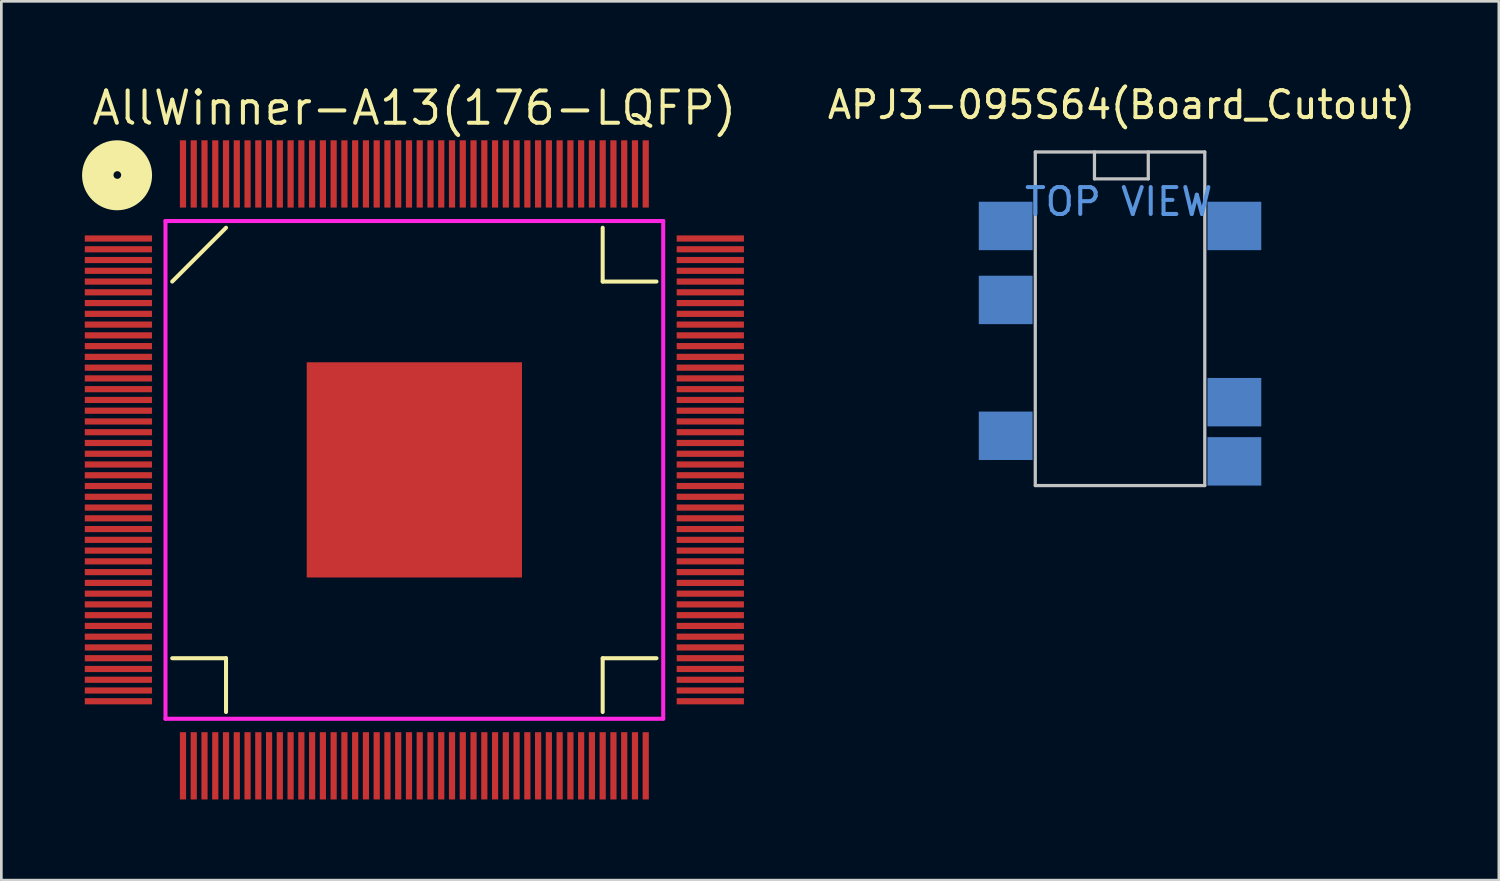
<source format=kicad_pcb>
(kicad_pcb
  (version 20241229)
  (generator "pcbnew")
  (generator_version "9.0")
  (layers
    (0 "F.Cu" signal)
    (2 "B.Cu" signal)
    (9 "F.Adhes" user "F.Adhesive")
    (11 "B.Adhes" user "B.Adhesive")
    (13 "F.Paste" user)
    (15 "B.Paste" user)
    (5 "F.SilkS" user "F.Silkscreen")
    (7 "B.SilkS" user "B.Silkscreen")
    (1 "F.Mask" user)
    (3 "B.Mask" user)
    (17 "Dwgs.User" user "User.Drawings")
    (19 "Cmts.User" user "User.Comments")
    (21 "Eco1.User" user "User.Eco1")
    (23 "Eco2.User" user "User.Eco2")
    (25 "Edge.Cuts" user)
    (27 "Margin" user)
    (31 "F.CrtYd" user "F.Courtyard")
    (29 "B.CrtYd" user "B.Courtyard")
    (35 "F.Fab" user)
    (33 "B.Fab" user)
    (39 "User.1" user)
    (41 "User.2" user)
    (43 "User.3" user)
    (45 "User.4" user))
  (footprint "APJ3-095S64(Board_Cutout)"
    (layer "F.Cu")
    (at 38.63 7.498)
    (property "Reference" "APJ3-095S64(Board_Cutout)" (at 0 -6.65 0) (layer "F.SilkS") (effects (font (size 1 1) (thickness 0.15))))
    (attr through_hole)
    (fp_line (start -3.2 -4.9) (end -3.2 7.5) (stroke (width 0.12) (type solid)) (layer "Dwgs.User"))
    (fp_line (start -3.2 -4.9) (end 3.1 -4.9) (stroke (width 0.12) (type solid)) (layer "Dwgs.User"))
    (fp_line (start -3.2 7.5) (end 3.1 7.5) (stroke (width 0.12) (type solid)) (layer "Dwgs.User"))
    (fp_line (start -1 -4.9) (end -1 -3.9) (stroke (width 0.12) (type solid)) (layer "Dwgs.User"))
    (fp_line (start -1 -3.9) (end 1 -3.9) (stroke (width 0.12) (type solid)) (layer "Dwgs.User"))
    (fp_line (start 1 -3.9) (end 1 -4.9) (stroke (width 0.12) (type solid)) (layer "Dwgs.User"))
    (fp_line (start 3.1 7.5) (end 3.1 -4.9) (stroke (width 0.12) (type solid)) (layer "Dwgs.User"))
    (fp_text user "TOP VIEW" (at -0.1 -3.05 0) (layer "Cmts.User") (effects (font (size 1 1) (thickness 0.15))))
    (pad "1" smd trapezoid (at -4.3 -2.15) (size 2 1.8) (layers "B.Cu" "B.Mask" "B.Paste"))
    (pad "2" smd trapezoid (at 4.2 4.4) (size 2 1.8) (layers "B.Cu" "B.Mask" "B.Paste"))
    (pad "3" smd trapezoid (at -4.3 0.6) (size 2 1.8) (layers "B.Cu" "B.Mask" "B.Paste"))
    (pad "4" smd trapezoid (at 4.2 -2.15) (size 2 1.8) (layers "B.Cu" "B.Mask" "B.Paste"))
    (pad "10" smd trapezoid (at 4.2 6.6) (size 2 1.8) (layers "B.Cu" "B.Mask" "B.Paste"))
    (pad "11" smd trapezoid (at -4.3 5.65) (size 2 1.8) (layers "B.Cu" "B.Mask" "B.Paste")))
  (footprint "AllWinner-A13(176-LQFP)"
    (layer "F.Cu")
    (at 12.351 14.415)
    (property "Reference" "AllWinner-A13(176-LQFP)" (at 0 -13.45 0) (layer "F.SilkS") (effects (font (size 1.2 1.2) (thickness 0.15))))
    (attr through_hole)
    (fp_line (start -9 7) (end -7 7) (stroke (width 0.15) (type solid)) (layer "F.SilkS"))
    (fp_line (start -7 -9) (end -9 -7) (stroke (width 0.15) (type solid)) (layer "F.SilkS"))
    (fp_line (start -7 7) (end -7 9) (stroke (width 0.15) (type solid)) (layer "F.SilkS"))
    (fp_line (start 7 -7) (end 7 -9) (stroke (width 0.15) (type solid)) (layer "F.SilkS"))
    (fp_line (start 7 7) (end 7 9) (stroke (width 0.15) (type solid)) (layer "F.SilkS"))
    (fp_line (start 9 -7) (end 7 -7) (stroke (width 0.15) (type solid)) (layer "F.SilkS"))
    (fp_line (start 9 7) (end 7 7) (stroke (width 0.15) (type solid)) (layer "F.SilkS"))
    (fp_circle (center -11.05 -10.95) (end -10.34 -10.58) (stroke (width 1) (type solid)) (fill no) (layer "F.SilkS"))
    (fp_circle (center -11.04 -10.96) (end -10.95 -10.85) (stroke (width 0.4) (type solid)) (fill no) (layer "F.SilkS"))
    (fp_line (start -9.25 -9.25) (end 9.25 -9.25) (stroke (width 0.15) (type solid)) (layer "F.CrtYd"))
    (fp_line (start -9.25 9.25) (end -9.25 -9.25) (stroke (width 0.15) (type solid)) (layer "F.CrtYd"))
    (fp_line (start 9.25 -9.25) (end 9.25 9.25) (stroke (width 0.15) (type solid)) (layer "F.CrtYd"))
    (fp_line (start 9.25 9.25) (end -9.25 9.25) (stroke (width 0.15) (type solid)) (layer "F.CrtYd"))
    (pad "1" smd rect (at -11 -8.6 90) (size 0.23 2.5) (layers "F.Cu" "F.Mask" "F.Paste"))
    (pad "2" smd rect (at -11 -8.2 90) (size 0.23 2.5) (layers "F.Cu" "F.Mask" "F.Paste"))
    (pad "3" smd rect (at -11 -7.8 90) (size 0.23 2.5) (layers "F.Cu" "F.Mask" "F.Paste"))
    (pad "4" smd rect (at -11 -7.4 90) (size 0.23 2.5) (layers "F.Cu" "F.Mask" "F.Paste"))
    (pad "5" smd rect (at -11 -7 90) (size 0.23 2.5) (layers "F.Cu" "F.Mask" "F.Paste"))
    (pad "6" smd rect (at -11 -6.6 90) (size 0.23 2.5) (layers "F.Cu" "F.Mask" "F.Paste"))
    (pad "7" smd rect (at -11 -6.2 90) (size 0.23 2.5) (layers "F.Cu" "F.Mask" "F.Paste"))
    (pad "8" smd rect (at -11 -5.8 90) (size 0.23 2.5) (layers "F.Cu" "F.Mask" "F.Paste"))
    (pad "9" smd rect (at -11 -5.4 90) (size 0.23 2.5) (layers "F.Cu" "F.Mask" "F.Paste"))
    (pad "10" smd rect (at -11 -5 90) (size 0.23 2.5) (layers "F.Cu" "F.Mask" "F.Paste"))
    (pad "11" smd rect (at -11 -4.6 90) (size 0.23 2.5) (layers "F.Cu" "F.Mask" "F.Paste"))
    (pad "12" smd rect (at -11 -4.2 90) (size 0.23 2.5) (layers "F.Cu" "F.Mask" "F.Paste"))
    (pad "13" smd rect (at -11 -3.8 90) (size 0.23 2.5) (layers "F.Cu" "F.Mask" "F.Paste"))
    (pad "14" smd rect (at -11 -3.4 90) (size 0.23 2.5) (layers "F.Cu" "F.Mask" "F.Paste"))
    (pad "15" smd rect (at -11 -3 90) (size 0.23 2.5) (layers "F.Cu" "F.Mask" "F.Paste"))
    (pad "16" smd rect (at -11 -2.6 90) (size 0.23 2.5) (layers "F.Cu" "F.Mask" "F.Paste"))
    (pad "17" smd rect (at -11 -2.2 90) (size 0.23 2.5) (layers "F.Cu" "F.Mask" "F.Paste"))
    (pad "18" smd rect (at -11 -1.8 90) (size 0.23 2.5) (layers "F.Cu" "F.Mask" "F.Paste"))
    (pad "19" smd rect (at -11 -1.4 90) (size 0.23 2.5) (layers "F.Cu" "F.Mask" "F.Paste"))
    (pad "20" smd rect (at -11 -1 90) (size 0.23 2.5) (layers "F.Cu" "F.Mask" "F.Paste"))
    (pad "21" smd rect (at -11 -0.6 90) (size 0.23 2.5) (layers "F.Cu" "F.Mask" "F.Paste"))
    (pad "22" smd rect (at -11 -0.2 90) (size 0.23 2.5) (layers "F.Cu" "F.Mask" "F.Paste"))
    (pad "23" smd rect (at -11 0.2 90) (size 0.23 2.5) (layers "F.Cu" "F.Mask" "F.Paste"))
    (pad "24" smd rect (at -11 0.6 90) (size 0.23 2.5) (layers "F.Cu" "F.Mask" "F.Paste"))
    (pad "25" smd rect (at -11 1 90) (size 0.23 2.5) (layers "F.Cu" "F.Mask" "F.Paste"))
    (pad "26" smd rect (at -11 1.4 90) (size 0.23 2.5) (layers "F.Cu" "F.Mask" "F.Paste"))
    (pad "27" smd rect (at -11 1.8 90) (size 0.23 2.5) (layers "F.Cu" "F.Mask" "F.Paste"))
    (pad "28" smd rect (at -11 2.2 90) (size 0.23 2.5) (layers "F.Cu" "F.Mask" "F.Paste"))
    (pad "29" smd rect (at -11 2.6 90) (size 0.23 2.5) (layers "F.Cu" "F.Mask" "F.Paste"))
    (pad "30" smd rect (at -11 3 90) (size 0.23 2.5) (layers "F.Cu" "F.Mask" "F.Paste"))
    (pad "31" smd rect (at -11 3.4 90) (size 0.23 2.5) (layers "F.Cu" "F.Mask" "F.Paste"))
    (pad "32" smd rect (at -11 3.8 90) (size 0.23 2.5) (layers "F.Cu" "F.Mask" "F.Paste"))
    (pad "33" smd rect (at -11 4.2 90) (size 0.23 2.5) (layers "F.Cu" "F.Mask" "F.Paste"))
    (pad "34" smd rect (at -11 4.6 90) (size 0.23 2.5) (layers "F.Cu" "F.Mask" "F.Paste"))
    (pad "35" smd rect (at -11 5 90) (size 0.23 2.5) (layers "F.Cu" "F.Mask" "F.Paste"))
    (pad "36" smd rect (at -11 5.4 90) (size 0.23 2.5) (layers "F.Cu" "F.Mask" "F.Paste"))
    (pad "37" smd rect (at -11 5.8 90) (size 0.23 2.5) (layers "F.Cu" "F.Mask" "F.Paste"))
    (pad "38" smd rect (at -11 6.2 90) (size 0.23 2.5) (layers "F.Cu" "F.Mask" "F.Paste"))
    (pad "39" smd rect (at -11 6.6 90) (size 0.23 2.5) (layers "F.Cu" "F.Mask" "F.Paste"))
    (pad "40" smd rect (at -11 7 90) (size 0.23 2.5) (layers "F.Cu" "F.Mask" "F.Paste"))
    (pad "41" smd rect (at -11 7.4 90) (size 0.23 2.5) (layers "F.Cu" "F.Mask" "F.Paste"))
    (pad "42" smd rect (at -11 7.8 90) (size 0.23 2.5) (layers "F.Cu" "F.Mask" "F.Paste"))
    (pad "43" smd rect (at -11 8.2 90) (size 0.23 2.5) (layers "F.Cu" "F.Mask" "F.Paste"))
    (pad "44" smd rect (at -11 8.6 90) (size 0.23 2.5) (layers "F.Cu" "F.Mask" "F.Paste"))
    (pad "45" smd rect (at -8.6 11) (size 0.23 2.5) (layers "F.Cu" "F.Mask" "F.Paste"))
    (pad "46" smd rect (at -8.2 11) (size 0.23 2.5) (layers "F.Cu" "F.Mask" "F.Paste"))
    (pad "47" smd rect (at -7.8 11) (size 0.23 2.5) (layers "F.Cu" "F.Mask" "F.Paste"))
    (pad "48" smd rect (at -7.4 11) (size 0.23 2.5) (layers "F.Cu" "F.Mask" "F.Paste"))
    (pad "49" smd rect (at -7 11) (size 0.23 2.5) (layers "F.Cu" "F.Mask" "F.Paste"))
    (pad "50" smd rect (at -6.6 11) (size 0.23 2.5) (layers "F.Cu" "F.Mask" "F.Paste"))
    (pad "51" smd rect (at -6.2 11) (size 0.23 2.5) (layers "F.Cu" "F.Mask" "F.Paste"))
    (pad "52" smd rect (at -5.8 11) (size 0.23 2.5) (layers "F.Cu" "F.Mask" "F.Paste"))
    (pad "53" smd rect (at -5.4 11) (size 0.23 2.5) (layers "F.Cu" "F.Mask" "F.Paste"))
    (pad "54" smd rect (at -5 11) (size 0.23 2.5) (layers "F.Cu" "F.Mask" "F.Paste"))
    (pad "55" smd rect (at -4.6 11) (size 0.23 2.5) (layers "F.Cu" "F.Mask" "F.Paste"))
    (pad "56" smd rect (at -4.2 11) (size 0.23 2.5) (layers "F.Cu" "F.Mask" "F.Paste"))
    (pad "57" smd rect (at -3.8 11) (size 0.23 2.5) (layers "F.Cu" "F.Mask" "F.Paste"))
    (pad "58" smd rect (at -3.4 11) (size 0.23 2.5) (layers "F.Cu" "F.Mask" "F.Paste"))
    (pad "59" smd rect (at -3 11) (size 0.23 2.5) (layers "F.Cu" "F.Mask" "F.Paste"))
    (pad "60" smd rect (at -2.6 11) (size 0.23 2.5) (layers "F.Cu" "F.Mask" "F.Paste"))
    (pad "61" smd rect (at -2.2 11) (size 0.23 2.5) (layers "F.Cu" "F.Mask" "F.Paste"))
    (pad "62" smd rect (at -1.8 11) (size 0.23 2.5) (layers "F.Cu" "F.Mask" "F.Paste"))
    (pad "63" smd rect (at -1.4 11) (size 0.23 2.5) (layers "F.Cu" "F.Mask" "F.Paste"))
    (pad "64" smd rect (at -1 11) (size 0.23 2.5) (layers "F.Cu" "F.Mask" "F.Paste"))
    (pad "65" smd rect (at -0.6 11) (size 0.23 2.5) (layers "F.Cu" "F.Mask" "F.Paste"))
    (pad "66" smd rect (at -0.2 11) (size 0.23 2.5) (layers "F.Cu" "F.Mask" "F.Paste"))
    (pad "67" smd rect (at 0.2 11) (size 0.23 2.5) (layers "F.Cu" "F.Mask" "F.Paste"))
    (pad "68" smd rect (at 0.6 11) (size 0.23 2.5) (layers "F.Cu" "F.Mask" "F.Paste"))
    (pad "69" smd rect (at 1 11) (size 0.23 2.5) (layers "F.Cu" "F.Mask" "F.Paste"))
    (pad "70" smd rect (at 1.4 11) (size 0.23 2.5) (layers "F.Cu" "F.Mask" "F.Paste"))
    (pad "71" smd rect (at 1.8 11) (size 0.23 2.5) (layers "F.Cu" "F.Mask" "F.Paste"))
    (pad "72" smd rect (at 2.2 11) (size 0.23 2.5) (layers "F.Cu" "F.Mask" "F.Paste"))
    (pad "73" smd rect (at 2.6 11) (size 0.23 2.5) (layers "F.Cu" "F.Mask" "F.Paste"))
    (pad "74" smd rect (at 3 11) (size 0.23 2.5) (layers "F.Cu" "F.Mask" "F.Paste"))
    (pad "75" smd rect (at 3.4 11) (size 0.23 2.5) (layers "F.Cu" "F.Mask" "F.Paste"))
    (pad "76" smd rect (at 3.8 11) (size 0.23 2.5) (layers "F.Cu" "F.Mask" "F.Paste"))
    (pad "77" smd rect (at 4.2 11) (size 0.23 2.5) (layers "F.Cu" "F.Mask" "F.Paste"))
    (pad "78" smd rect (at 4.6 11) (size 0.23 2.5) (layers "F.Cu" "F.Mask" "F.Paste"))
    (pad "79" smd rect (at 5 11) (size 0.23 2.5) (layers "F.Cu" "F.Mask" "F.Paste"))
    (pad "80" smd rect (at 5.4 11) (size 0.23 2.5) (layers "F.Cu" "F.Mask" "F.Paste"))
    (pad "81" smd rect (at 5.8 11) (size 0.23 2.5) (layers "F.Cu" "F.Mask" "F.Paste"))
    (pad "82" smd rect (at 6.2 11) (size 0.23 2.5) (layers "F.Cu" "F.Mask" "F.Paste"))
    (pad "83" smd rect (at 6.6 11) (size 0.23 2.5) (layers "F.Cu" "F.Mask" "F.Paste"))
    (pad "84" smd rect (at 7 11) (size 0.23 2.5) (layers "F.Cu" "F.Mask" "F.Paste"))
    (pad "85" smd rect (at 7.4 11) (size 0.23 2.5) (layers "F.Cu" "F.Mask" "F.Paste"))
    (pad "86" smd rect (at 7.8 11) (size 0.23 2.5) (layers "F.Cu" "F.Mask" "F.Paste"))
    (pad "87" smd rect (at 8.2 11) (size 0.23 2.5) (layers "F.Cu" "F.Mask" "F.Paste"))
    (pad "88" smd rect (at 8.6 11) (size 0.23 2.5) (layers "F.Cu" "F.Mask" "F.Paste"))
    (pad "89" smd rect (at 11 8.6 90) (size 0.23 2.5) (layers "F.Cu" "F.Mask" "F.Paste"))
    (pad "90" smd rect (at 11 8.2 90) (size 0.23 2.5) (layers "F.Cu" "F.Mask" "F.Paste"))
    (pad "91" smd rect (at 11 7.8 90) (size 0.23 2.5) (layers "F.Cu" "F.Mask" "F.Paste"))
    (pad "92" smd rect (at 11 7.4 90) (size 0.23 2.5) (layers "F.Cu" "F.Mask" "F.Paste"))
    (pad "93" smd rect (at 11 7 90) (size 0.23 2.5) (layers "F.Cu" "F.Mask" "F.Paste"))
    (pad "94" smd rect (at 11 6.6 90) (size 0.23 2.5) (layers "F.Cu" "F.Mask" "F.Paste"))
    (pad "95" smd rect (at 11 6.2 90) (size 0.23 2.5) (layers "F.Cu" "F.Mask" "F.Paste"))
    (pad "96" smd rect (at 11 5.8 90) (size 0.23 2.5) (layers "F.Cu" "F.Mask" "F.Paste"))
    (pad "97" smd rect (at 11 5.4 90) (size 0.23 2.5) (layers "F.Cu" "F.Mask" "F.Paste"))
    (pad "98" smd rect (at 11 5 90) (size 0.23 2.5) (layers "F.Cu" "F.Mask" "F.Paste"))
    (pad "99" smd rect (at 11 4.6 90) (size 0.23 2.5) (layers "F.Cu" "F.Mask" "F.Paste"))
    (pad "100" smd rect (at 11 4.2 90) (size 0.23 2.5) (layers "F.Cu" "F.Mask" "F.Paste"))
    (pad "101" smd rect (at 11 3.8 90) (size 0.23 2.5) (layers "F.Cu" "F.Mask" "F.Paste"))
    (pad "102" smd rect (at 11 3.4 90) (size 0.23 2.5) (layers "F.Cu" "F.Mask" "F.Paste"))
    (pad "103" smd rect (at 11 3 90) (size 0.23 2.5) (layers "F.Cu" "F.Mask" "F.Paste"))
    (pad "104" smd rect (at 11 2.6 90) (size 0.23 2.5) (layers "F.Cu" "F.Mask" "F.Paste"))
    (pad "105" smd rect (at 11 2.2 90) (size 0.23 2.5) (layers "F.Cu" "F.Mask" "F.Paste"))
    (pad "106" smd rect (at 11 1.8 90) (size 0.23 2.5) (layers "F.Cu" "F.Mask" "F.Paste"))
    (pad "107" smd rect (at 11 1.4 90) (size 0.23 2.5) (layers "F.Cu" "F.Mask" "F.Paste"))
    (pad "108" smd rect (at 11 1 90) (size 0.23 2.5) (layers "F.Cu" "F.Mask" "F.Paste"))
    (pad "109" smd rect (at 11 0.6 90) (size 0.23 2.5) (layers "F.Cu" "F.Mask" "F.Paste"))
    (pad "110" smd rect (at 11 0.2 90) (size 0.23 2.5) (layers "F.Cu" "F.Mask" "F.Paste"))
    (pad "111" smd rect (at 11 -0.2 90) (size 0.23 2.5) (layers "F.Cu" "F.Mask" "F.Paste"))
    (pad "112" smd rect (at 11 -0.6 90) (size 0.23 2.5) (layers "F.Cu" "F.Mask" "F.Paste"))
    (pad "113" smd rect (at 11 -1 90) (size 0.23 2.5) (layers "F.Cu" "F.Mask" "F.Paste"))
    (pad "114" smd rect (at 11 -1.4 90) (size 0.23 2.5) (layers "F.Cu" "F.Mask" "F.Paste"))
    (pad "115" smd rect (at 11 -1.8 90) (size 0.23 2.5) (layers "F.Cu" "F.Mask" "F.Paste"))
    (pad "116" smd rect (at 11 -2.2 90) (size 0.23 2.5) (layers "F.Cu" "F.Mask" "F.Paste"))
    (pad "117" smd rect (at 11 -2.6 90) (size 0.23 2.5) (layers "F.Cu" "F.Mask" "F.Paste"))
    (pad "118" smd rect (at 11 -3 90) (size 0.23 2.5) (layers "F.Cu" "F.Mask" "F.Paste"))
    (pad "119" smd rect (at 11 -3.4 90) (size 0.23 2.5) (layers "F.Cu" "F.Mask" "F.Paste"))
    (pad "120" smd rect (at 11 -3.8 90) (size 0.23 2.5) (layers "F.Cu" "F.Mask" "F.Paste"))
    (pad "121" smd rect (at 11 -4.2 90) (size 0.23 2.5) (layers "F.Cu" "F.Mask" "F.Paste"))
    (pad "122" smd rect (at 11 -4.6 90) (size 0.23 2.5) (layers "F.Cu" "F.Mask" "F.Paste"))
    (pad "123" smd rect (at 11 -5 90) (size 0.23 2.5) (layers "F.Cu" "F.Mask" "F.Paste"))
    (pad "124" smd rect (at 11 -5.4 90) (size 0.23 2.5) (layers "F.Cu" "F.Mask" "F.Paste"))
    (pad "125" smd rect (at 11 -5.8 90) (size 0.23 2.5) (layers "F.Cu" "F.Mask" "F.Paste"))
    (pad "126" smd rect (at 11 -6.2 90) (size 0.23 2.5) (layers "F.Cu" "F.Mask" "F.Paste"))
    (pad "127" smd rect (at 11 -6.6 90) (size 0.23 2.5) (layers "F.Cu" "F.Mask" "F.Paste"))
    (pad "128" smd rect (at 11 -7 90) (size 0.23 2.5) (layers "F.Cu" "F.Mask" "F.Paste"))
    (pad "129" smd rect (at 11 -7.4 90) (size 0.23 2.5) (layers "F.Cu" "F.Mask" "F.Paste"))
    (pad "130" smd rect (at 11 -7.8 90) (size 0.23 2.5) (layers "F.Cu" "F.Mask" "F.Paste"))
    (pad "131" smd rect (at 11 -8.2 90) (size 0.23 2.5) (layers "F.Cu" "F.Mask" "F.Paste"))
    (pad "132" smd rect (at 11 -8.6 90) (size 0.23 2.5) (layers "F.Cu" "F.Mask" "F.Paste"))
    (pad "133" smd rect (at 8.6 -11) (size 0.23 2.5) (layers "F.Cu" "F.Mask" "F.Paste"))
    (pad "134" smd rect (at 8.2 -11) (size 0.23 2.5) (layers "F.Cu" "F.Mask" "F.Paste"))
    (pad "135" smd rect (at 7.8 -11) (size 0.23 2.5) (layers "F.Cu" "F.Mask" "F.Paste"))
    (pad "136" smd rect (at 7.4 -11) (size 0.23 2.5) (layers "F.Cu" "F.Mask" "F.Paste"))
    (pad "137" smd rect (at 7 -11) (size 0.23 2.5) (layers "F.Cu" "F.Mask" "F.Paste"))
    (pad "138" smd rect (at 6.6 -11) (size 0.23 2.5) (layers "F.Cu" "F.Mask" "F.Paste"))
    (pad "139" smd rect (at 6.2 -11) (size 0.23 2.5) (layers "F.Cu" "F.Mask" "F.Paste"))
    (pad "140" smd rect (at 5.8 -11) (size 0.23 2.5) (layers "F.Cu" "F.Mask" "F.Paste"))
    (pad "141" smd rect (at 5.4 -11) (size 0.23 2.5) (layers "F.Cu" "F.Mask" "F.Paste"))
    (pad "142" smd rect (at 5 -11) (size 0.23 2.5) (layers "F.Cu" "F.Mask" "F.Paste"))
    (pad "143" smd rect (at 4.6 -11) (size 0.23 2.5) (layers "F.Cu" "F.Mask" "F.Paste"))
    (pad "144" smd rect (at 4.2 -11) (size 0.23 2.5) (layers "F.Cu" "F.Mask" "F.Paste"))
    (pad "145" smd rect (at 3.8 -11) (size 0.23 2.5) (layers "F.Cu" "F.Mask" "F.Paste"))
    (pad "146" smd rect (at 3.4 -11) (size 0.23 2.5) (layers "F.Cu" "F.Mask" "F.Paste"))
    (pad "147" smd rect (at 3 -11) (size 0.23 2.5) (layers "F.Cu" "F.Mask" "F.Paste"))
    (pad "148" smd rect (at 2.6 -11) (size 0.23 2.5) (layers "F.Cu" "F.Mask" "F.Paste"))
    (pad "149" smd rect (at 2.2 -11) (size 0.23 2.5) (layers "F.Cu" "F.Mask" "F.Paste"))
    (pad "150" smd rect (at 1.8 -11) (size 0.23 2.5) (layers "F.Cu" "F.Mask" "F.Paste"))
    (pad "151" smd rect (at 1.4 -11) (size 0.23 2.5) (layers "F.Cu" "F.Mask" "F.Paste"))
    (pad "152" smd rect (at 1 -11) (size 0.23 2.5) (layers "F.Cu" "F.Mask" "F.Paste"))
    (pad "153" smd rect (at 0.6 -11) (size 0.23 2.5) (layers "F.Cu" "F.Mask" "F.Paste"))
    (pad "154" smd rect (at 0.2 -11) (size 0.23 2.5) (layers "F.Cu" "F.Mask" "F.Paste"))
    (pad "155" smd rect (at -0.2 -11) (size 0.23 2.5) (layers "F.Cu" "F.Mask" "F.Paste"))
    (pad "156" smd rect (at -0.6 -11) (size 0.23 2.5) (layers "F.Cu" "F.Mask" "F.Paste"))
    (pad "157" smd rect (at -1 -11) (size 0.23 2.5) (layers "F.Cu" "F.Mask" "F.Paste"))
    (pad "158" smd rect (at -1.4 -11) (size 0.23 2.5) (layers "F.Cu" "F.Mask" "F.Paste"))
    (pad "159" smd rect (at -1.8 -11) (size 0.23 2.5) (layers "F.Cu" "F.Mask" "F.Paste"))
    (pad "160" smd rect (at -2.2 -11) (size 0.23 2.5) (layers "F.Cu" "F.Mask" "F.Paste"))
    (pad "161" smd rect (at -2.6 -11) (size 0.23 2.5) (layers "F.Cu" "F.Mask" "F.Paste"))
    (pad "162" smd rect (at -3 -11) (size 0.23 2.5) (layers "F.Cu" "F.Mask" "F.Paste"))
    (pad "163" smd rect (at -3.4 -11) (size 0.23 2.5) (layers "F.Cu" "F.Mask" "F.Paste"))
    (pad "164" smd rect (at -3.8 -11) (size 0.23 2.5) (layers "F.Cu" "F.Mask" "F.Paste"))
    (pad "165" smd rect (at -4.2 -11) (size 0.23 2.5) (layers "F.Cu" "F.Mask" "F.Paste"))
    (pad "166" smd rect (at -4.6 -11) (size 0.23 2.5) (layers "F.Cu" "F.Mask" "F.Paste"))
    (pad "167" smd rect (at -5 -11) (size 0.23 2.5) (layers "F.Cu" "F.Mask" "F.Paste"))
    (pad "168" smd rect (at -5.4 -11) (size 0.23 2.5) (layers "F.Cu" "F.Mask" "F.Paste"))
    (pad "169" smd rect (at -5.8 -11) (size 0.23 2.5) (layers "F.Cu" "F.Mask" "F.Paste"))
    (pad "170" smd rect (at -6.2 -11) (size 0.23 2.5) (layers "F.Cu" "F.Mask" "F.Paste"))
    (pad "171" smd rect (at -6.6 -11) (size 0.23 2.5) (layers "F.Cu" "F.Mask" "F.Paste"))
    (pad "172" smd rect (at -7 -11) (size 0.23 2.5) (layers "F.Cu" "F.Mask" "F.Paste"))
    (pad "173" smd rect (at -7.4 -11) (size 0.23 2.5) (layers "F.Cu" "F.Mask" "F.Paste"))
    (pad "174" smd rect (at -7.8 -11) (size 0.23 2.5) (layers "F.Cu" "F.Mask" "F.Paste"))
    (pad "175" smd rect (at -8.2 -11) (size 0.23 2.5) (layers "F.Cu" "F.Mask" "F.Paste"))
    (pad "176" smd rect (at -8.6 -11) (size 0.23 2.5) (layers "F.Cu" "F.Mask" "F.Paste"))
    (pad "177" smd rect (at 0 0 90) (size 8 8) (layers "F.Cu" "F.Mask" "F.Paste")))
  (gr_rect
    (start -3 -3)
    (end 52.66 29.665)
    (stroke (width 0.1) (type default))
    (fill no)
    (layer "Edge.Cuts")))
</source>
